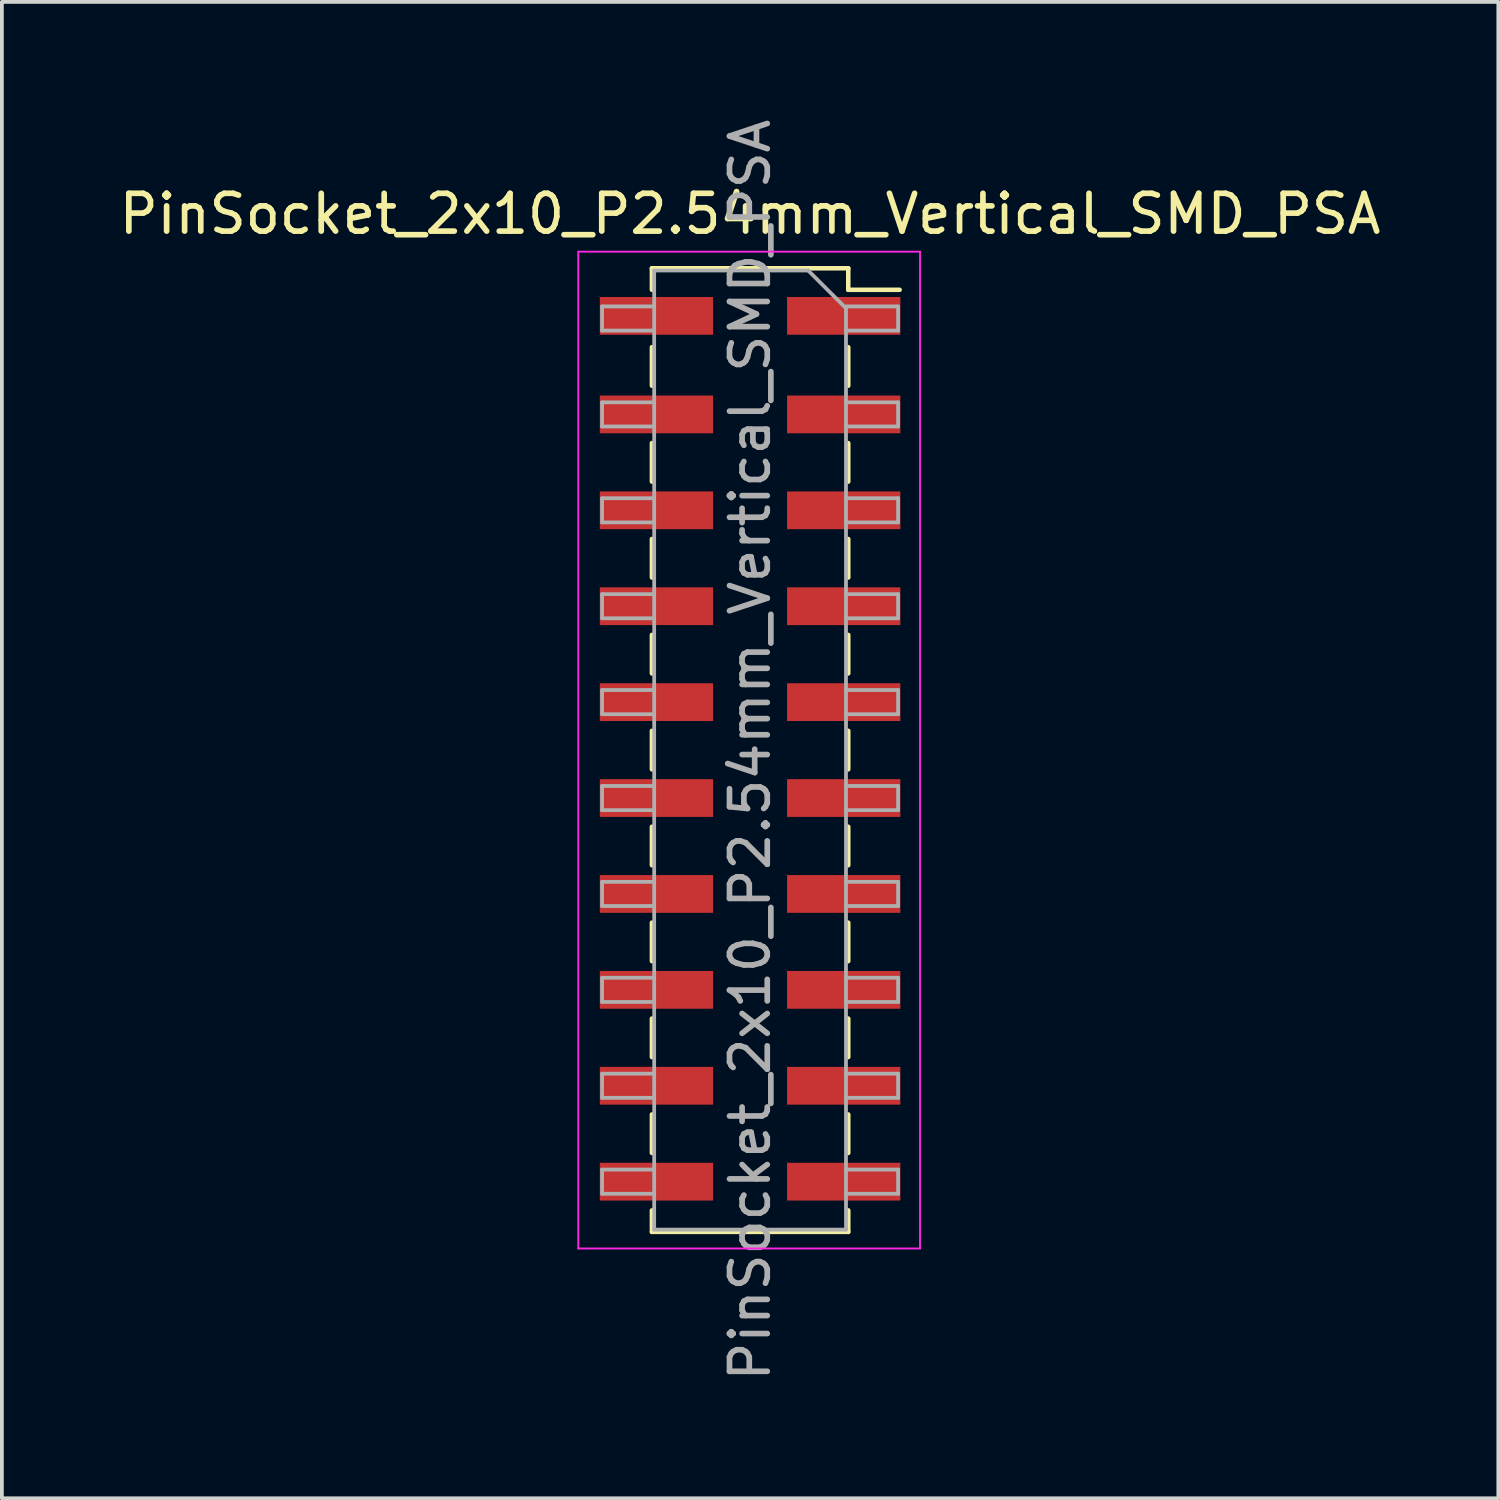
<source format=kicad_pcb>
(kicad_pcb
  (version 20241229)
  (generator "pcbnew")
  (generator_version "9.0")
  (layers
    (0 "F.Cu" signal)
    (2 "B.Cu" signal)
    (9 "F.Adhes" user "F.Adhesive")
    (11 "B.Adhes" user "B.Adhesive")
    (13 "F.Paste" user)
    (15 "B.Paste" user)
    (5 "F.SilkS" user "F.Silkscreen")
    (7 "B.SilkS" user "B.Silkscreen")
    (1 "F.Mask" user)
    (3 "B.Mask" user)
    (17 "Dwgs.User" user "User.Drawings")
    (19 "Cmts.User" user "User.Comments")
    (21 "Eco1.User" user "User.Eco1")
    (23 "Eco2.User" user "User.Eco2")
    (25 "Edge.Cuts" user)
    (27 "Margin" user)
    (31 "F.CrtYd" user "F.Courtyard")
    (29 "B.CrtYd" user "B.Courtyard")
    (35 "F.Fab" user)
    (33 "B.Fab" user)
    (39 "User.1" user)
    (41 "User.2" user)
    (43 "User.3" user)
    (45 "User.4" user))
  (footprint "PinSocket_2x10_P2.54mm_Vertical_SMD_PSA"
    (layer "F.Cu")
    (at 16.815 16.815)
    (property "Reference" "PinSocket_2x10_P2.54mm_Vertical_SMD_PSA" (at 0 -14.2 0) (layer "F.SilkS") (effects (font (size 1 1) (thickness 0.15))))
    (attr smd)
    (fp_line (start -2.6 -12.76) (end -2.6 -12.19) (stroke (width 0.12) (type solid)) (layer "F.SilkS"))
    (fp_line (start -2.6 -12.76) (end 2.6 -12.76) (stroke (width 0.12) (type solid)) (layer "F.SilkS"))
    (fp_line (start -2.6 -10.67) (end -2.6 -9.65) (stroke (width 0.12) (type solid)) (layer "F.SilkS"))
    (fp_line (start -2.6 -8.13) (end -2.6 -7.11) (stroke (width 0.12) (type solid)) (layer "F.SilkS"))
    (fp_line (start -2.6 -5.59) (end -2.6 -4.57) (stroke (width 0.12) (type solid)) (layer "F.SilkS"))
    (fp_line (start -2.6 -3.05) (end -2.6 -2.03) (stroke (width 0.12) (type solid)) (layer "F.SilkS"))
    (fp_line (start -2.6 -0.51) (end -2.6 0.51) (stroke (width 0.12) (type solid)) (layer "F.SilkS"))
    (fp_line (start -2.6 2.03) (end -2.6 3.05) (stroke (width 0.12) (type solid)) (layer "F.SilkS"))
    (fp_line (start -2.6 4.57) (end -2.6 5.59) (stroke (width 0.12) (type solid)) (layer "F.SilkS"))
    (fp_line (start -2.6 7.11) (end -2.6 8.13) (stroke (width 0.12) (type solid)) (layer "F.SilkS"))
    (fp_line (start -2.6 9.65) (end -2.6 10.67) (stroke (width 0.12) (type solid)) (layer "F.SilkS"))
    (fp_line (start -2.6 12.19) (end -2.6 12.76) (stroke (width 0.12) (type solid)) (layer "F.SilkS"))
    (fp_line (start -2.6 12.76) (end 2.6 12.76) (stroke (width 0.12) (type solid)) (layer "F.SilkS"))
    (fp_line (start 2.6 -12.76) (end 2.6 -12.19) (stroke (width 0.12) (type solid)) (layer "F.SilkS"))
    (fp_line (start 2.6 -12.19) (end 3.96 -12.19) (stroke (width 0.12) (type solid)) (layer "F.SilkS"))
    (fp_line (start 2.6 -10.67) (end 2.6 -9.65) (stroke (width 0.12) (type solid)) (layer "F.SilkS"))
    (fp_line (start 2.6 -8.13) (end 2.6 -7.11) (stroke (width 0.12) (type solid)) (layer "F.SilkS"))
    (fp_line (start 2.6 -5.59) (end 2.6 -4.57) (stroke (width 0.12) (type solid)) (layer "F.SilkS"))
    (fp_line (start 2.6 -3.05) (end 2.6 -2.03) (stroke (width 0.12) (type solid)) (layer "F.SilkS"))
    (fp_line (start 2.6 -0.51) (end 2.6 0.51) (stroke (width 0.12) (type solid)) (layer "F.SilkS"))
    (fp_line (start 2.6 2.03) (end 2.6 3.05) (stroke (width 0.12) (type solid)) (layer "F.SilkS"))
    (fp_line (start 2.6 4.57) (end 2.6 5.59) (stroke (width 0.12) (type solid)) (layer "F.SilkS"))
    (fp_line (start 2.6 7.11) (end 2.6 8.13) (stroke (width 0.12) (type solid)) (layer "F.SilkS"))
    (fp_line (start 2.6 9.65) (end 2.6 10.67) (stroke (width 0.12) (type solid)) (layer "F.SilkS"))
    (fp_line (start 2.6 12.19) (end 2.6 12.76) (stroke (width 0.12) (type solid)) (layer "F.SilkS"))
    (fp_line (start -4.55 -13.2) (end 4.5 -13.2) (stroke (width 0.05) (type solid)) (layer "F.CrtYd"))
    (fp_line (start -4.55 13.2) (end -4.55 -13.2) (stroke (width 0.05) (type solid)) (layer "F.CrtYd"))
    (fp_line (start 4.5 -13.2) (end 4.5 13.2) (stroke (width 0.05) (type solid)) (layer "F.CrtYd"))
    (fp_line (start 4.5 13.2) (end -4.55 13.2) (stroke (width 0.05) (type solid)) (layer "F.CrtYd"))
    (fp_line (start -3.92 -11.75) (end -2.54 -11.75) (stroke (width 0.1) (type solid)) (layer "F.Fab"))
    (fp_line (start -3.92 -11.11) (end -3.92 -11.75) (stroke (width 0.1) (type solid)) (layer "F.Fab"))
    (fp_line (start -3.92 -9.21) (end -2.54 -9.21) (stroke (width 0.1) (type solid)) (layer "F.Fab"))
    (fp_line (start -3.92 -8.57) (end -3.92 -9.21) (stroke (width 0.1) (type solid)) (layer "F.Fab"))
    (fp_line (start -3.92 -6.67) (end -2.54 -6.67) (stroke (width 0.1) (type solid)) (layer "F.Fab"))
    (fp_line (start -3.92 -6.03) (end -3.92 -6.67) (stroke (width 0.1) (type solid)) (layer "F.Fab"))
    (fp_line (start -3.92 -4.13) (end -2.54 -4.13) (stroke (width 0.1) (type solid)) (layer "F.Fab"))
    (fp_line (start -3.92 -3.49) (end -3.92 -4.13) (stroke (width 0.1) (type solid)) (layer "F.Fab"))
    (fp_line (start -3.92 -1.59) (end -2.54 -1.59) (stroke (width 0.1) (type solid)) (layer "F.Fab"))
    (fp_line (start -3.92 -0.95) (end -3.92 -1.59) (stroke (width 0.1) (type solid)) (layer "F.Fab"))
    (fp_line (start -3.92 0.95) (end -2.54 0.95) (stroke (width 0.1) (type solid)) (layer "F.Fab"))
    (fp_line (start -3.92 1.59) (end -3.92 0.95) (stroke (width 0.1) (type solid)) (layer "F.Fab"))
    (fp_line (start -3.92 3.49) (end -2.54 3.49) (stroke (width 0.1) (type solid)) (layer "F.Fab"))
    (fp_line (start -3.92 4.13) (end -3.92 3.49) (stroke (width 0.1) (type solid)) (layer "F.Fab"))
    (fp_line (start -3.92 6.03) (end -2.54 6.03) (stroke (width 0.1) (type solid)) (layer "F.Fab"))
    (fp_line (start -3.92 6.67) (end -3.92 6.03) (stroke (width 0.1) (type solid)) (layer "F.Fab"))
    (fp_line (start -3.92 8.57) (end -2.54 8.57) (stroke (width 0.1) (type solid)) (layer "F.Fab"))
    (fp_line (start -3.92 9.21) (end -3.92 8.57) (stroke (width 0.1) (type solid)) (layer "F.Fab"))
    (fp_line (start -3.92 11.11) (end -2.54 11.11) (stroke (width 0.1) (type solid)) (layer "F.Fab"))
    (fp_line (start -3.92 11.75) (end -3.92 11.11) (stroke (width 0.1) (type solid)) (layer "F.Fab"))
    (fp_line (start -2.54 -12.7) (end 1.54 -12.7) (stroke (width 0.1) (type solid)) (layer "F.Fab"))
    (fp_line (start -2.54 -11.11) (end -3.92 -11.11) (stroke (width 0.1) (type solid)) (layer "F.Fab"))
    (fp_line (start -2.54 -8.57) (end -3.92 -8.57) (stroke (width 0.1) (type solid)) (layer "F.Fab"))
    (fp_line (start -2.54 -6.03) (end -3.92 -6.03) (stroke (width 0.1) (type solid)) (layer "F.Fab"))
    (fp_line (start -2.54 -3.49) (end -3.92 -3.49) (stroke (width 0.1) (type solid)) (layer "F.Fab"))
    (fp_line (start -2.54 -0.95) (end -3.92 -0.95) (stroke (width 0.1) (type solid)) (layer "F.Fab"))
    (fp_line (start -2.54 1.59) (end -3.92 1.59) (stroke (width 0.1) (type solid)) (layer "F.Fab"))
    (fp_line (start -2.54 4.13) (end -3.92 4.13) (stroke (width 0.1) (type solid)) (layer "F.Fab"))
    (fp_line (start -2.54 6.67) (end -3.92 6.67) (stroke (width 0.1) (type solid)) (layer "F.Fab"))
    (fp_line (start -2.54 9.21) (end -3.92 9.21) (stroke (width 0.1) (type solid)) (layer "F.Fab"))
    (fp_line (start -2.54 11.75) (end -3.92 11.75) (stroke (width 0.1) (type solid)) (layer "F.Fab"))
    (fp_line (start -2.54 12.7) (end -2.54 -12.7) (stroke (width 0.1) (type solid)) (layer "F.Fab"))
    (fp_line (start 1.54 -12.7) (end 2.54 -11.7) (stroke (width 0.1) (type solid)) (layer "F.Fab"))
    (fp_line (start 2.54 -11.75) (end 3.92 -11.75) (stroke (width 0.1) (type solid)) (layer "F.Fab"))
    (fp_line (start 2.54 -11.7) (end 2.54 12.7) (stroke (width 0.1) (type solid)) (layer "F.Fab"))
    (fp_line (start 2.54 -9.21) (end 3.92 -9.21) (stroke (width 0.1) (type solid)) (layer "F.Fab"))
    (fp_line (start 2.54 -6.67) (end 3.92 -6.67) (stroke (width 0.1) (type solid)) (layer "F.Fab"))
    (fp_line (start 2.54 -4.13) (end 3.92 -4.13) (stroke (width 0.1) (type solid)) (layer "F.Fab"))
    (fp_line (start 2.54 -1.59) (end 3.92 -1.59) (stroke (width 0.1) (type solid)) (layer "F.Fab"))
    (fp_line (start 2.54 0.95) (end 3.92 0.95) (stroke (width 0.1) (type solid)) (layer "F.Fab"))
    (fp_line (start 2.54 3.49) (end 3.92 3.49) (stroke (width 0.1) (type solid)) (layer "F.Fab"))
    (fp_line (start 2.54 6.03) (end 3.92 6.03) (stroke (width 0.1) (type solid)) (layer "F.Fab"))
    (fp_line (start 2.54 8.57) (end 3.92 8.57) (stroke (width 0.1) (type solid)) (layer "F.Fab"))
    (fp_line (start 2.54 11.11) (end 3.92 11.11) (stroke (width 0.1) (type solid)) (layer "F.Fab"))
    (fp_line (start 2.54 12.7) (end -2.54 12.7) (stroke (width 0.1) (type solid)) (layer "F.Fab"))
    (fp_line (start 3.92 -11.75) (end 3.92 -11.11) (stroke (width 0.1) (type solid)) (layer "F.Fab"))
    (fp_line (start 3.92 -11.11) (end 2.54 -11.11) (stroke (width 0.1) (type solid)) (layer "F.Fab"))
    (fp_line (start 3.92 -9.21) (end 3.92 -8.57) (stroke (width 0.1) (type solid)) (layer "F.Fab"))
    (fp_line (start 3.92 -8.57) (end 2.54 -8.57) (stroke (width 0.1) (type solid)) (layer "F.Fab"))
    (fp_line (start 3.92 -6.67) (end 3.92 -6.03) (stroke (width 0.1) (type solid)) (layer "F.Fab"))
    (fp_line (start 3.92 -6.03) (end 2.54 -6.03) (stroke (width 0.1) (type solid)) (layer "F.Fab"))
    (fp_line (start 3.92 -4.13) (end 3.92 -3.49) (stroke (width 0.1) (type solid)) (layer "F.Fab"))
    (fp_line (start 3.92 -3.49) (end 2.54 -3.49) (stroke (width 0.1) (type solid)) (layer "F.Fab"))
    (fp_line (start 3.92 -1.59) (end 3.92 -0.95) (stroke (width 0.1) (type solid)) (layer "F.Fab"))
    (fp_line (start 3.92 -0.95) (end 2.54 -0.95) (stroke (width 0.1) (type solid)) (layer "F.Fab"))
    (fp_line (start 3.92 0.95) (end 3.92 1.59) (stroke (width 0.1) (type solid)) (layer "F.Fab"))
    (fp_line (start 3.92 1.59) (end 2.54 1.59) (stroke (width 0.1) (type solid)) (layer "F.Fab"))
    (fp_line (start 3.92 3.49) (end 3.92 4.13) (stroke (width 0.1) (type solid)) (layer "F.Fab"))
    (fp_line (start 3.92 4.13) (end 2.54 4.13) (stroke (width 0.1) (type solid)) (layer "F.Fab"))
    (fp_line (start 3.92 6.03) (end 3.92 6.67) (stroke (width 0.1) (type solid)) (layer "F.Fab"))
    (fp_line (start 3.92 6.67) (end 2.54 6.67) (stroke (width 0.1) (type solid)) (layer "F.Fab"))
    (fp_line (start 3.92 8.57) (end 3.92 9.21) (stroke (width 0.1) (type solid)) (layer "F.Fab"))
    (fp_line (start 3.92 9.21) (end 2.54 9.21) (stroke (width 0.1) (type solid)) (layer "F.Fab"))
    (fp_line (start 3.92 11.11) (end 3.92 11.75) (stroke (width 0.1) (type solid)) (layer "F.Fab"))
    (fp_line (start 3.92 11.75) (end 2.54 11.75) (stroke (width 0.1) (type solid)) (layer "F.Fab"))
    (fp_text user "${REFERENCE}" (at 0 0 90) (layer "F.Fab") (effects (font (size 1 1) (thickness 0.15))))
    (pad "1" smd rect (at -2.48 11.43) (size 3 1) (layers "F.Cu" "F.Mask" "F.Paste"))
    (pad "2" smd rect (at -2.48 8.89) (size 3 1) (layers "F.Cu" "F.Mask" "F.Paste"))
    (pad "3" smd rect (at -2.48 6.35) (size 3 1) (layers "F.Cu" "F.Mask" "F.Paste"))
    (pad "4" smd rect (at -2.48 3.81) (size 3 1) (layers "F.Cu" "F.Mask" "F.Paste"))
    (pad "5" smd rect (at -2.48 1.27) (size 3 1) (layers "F.Cu" "F.Mask" "F.Paste"))
    (pad "6" smd rect (at -2.48 -1.27) (size 3 1) (layers "F.Cu" "F.Mask" "F.Paste"))
    (pad "7" smd rect (at -2.48 -3.81) (size 3 1) (layers "F.Cu" "F.Mask" "F.Paste"))
    (pad "8" smd rect (at -2.48 -6.35) (size 3 1) (layers "F.Cu" "F.Mask" "F.Paste"))
    (pad "9" smd rect (at -2.48 -8.89) (size 3 1) (layers "F.Cu" "F.Mask" "F.Paste"))
    (pad "10" smd rect (at -2.48 -11.5) (size 3 1) (layers "F.Cu" "F.Mask" "F.Paste"))
    (pad "11" smd rect (at 2.48 11.43) (size 3 1) (layers "F.Cu" "F.Mask" "F.Paste"))
    (pad "12" smd rect (at 2.48 8.89) (size 3 1) (layers "F.Cu" "F.Mask" "F.Paste"))
    (pad "13" smd rect (at 2.48 6.35) (size 3 1) (layers "F.Cu" "F.Mask" "F.Paste"))
    (pad "14" smd rect (at 2.48 3.81) (size 3 1) (layers "F.Cu" "F.Mask" "F.Paste"))
    (pad "15" smd rect (at 2.48 1.27) (size 3 1) (layers "F.Cu" "F.Mask" "F.Paste"))
    (pad "16" smd rect (at 2.48 -1.27) (size 3 1) (layers "F.Cu" "F.Mask" "F.Paste"))
    (pad "17" smd rect (at 2.48 -3.81) (size 3 1) (layers "F.Cu" "F.Mask" "F.Paste"))
    (pad "18" smd rect (at 2.48 -6.35) (size 3 1) (layers "F.Cu" "F.Mask" "F.Paste"))
    (pad "19" smd rect (at 2.48 -8.89) (size 3 1) (layers "F.Cu" "F.Mask" "F.Paste"))
    (pad "20" smd rect (at 2.48 -11.5) (size 3 1) (layers "F.Cu" "F.Mask" "F.Paste")))
  (gr_rect
    (start -3 -3)
    (end 36.631 36.631)
    (stroke (width 0.1) (type default))
    (fill no)
    (layer "Edge.Cuts")))
</source>
